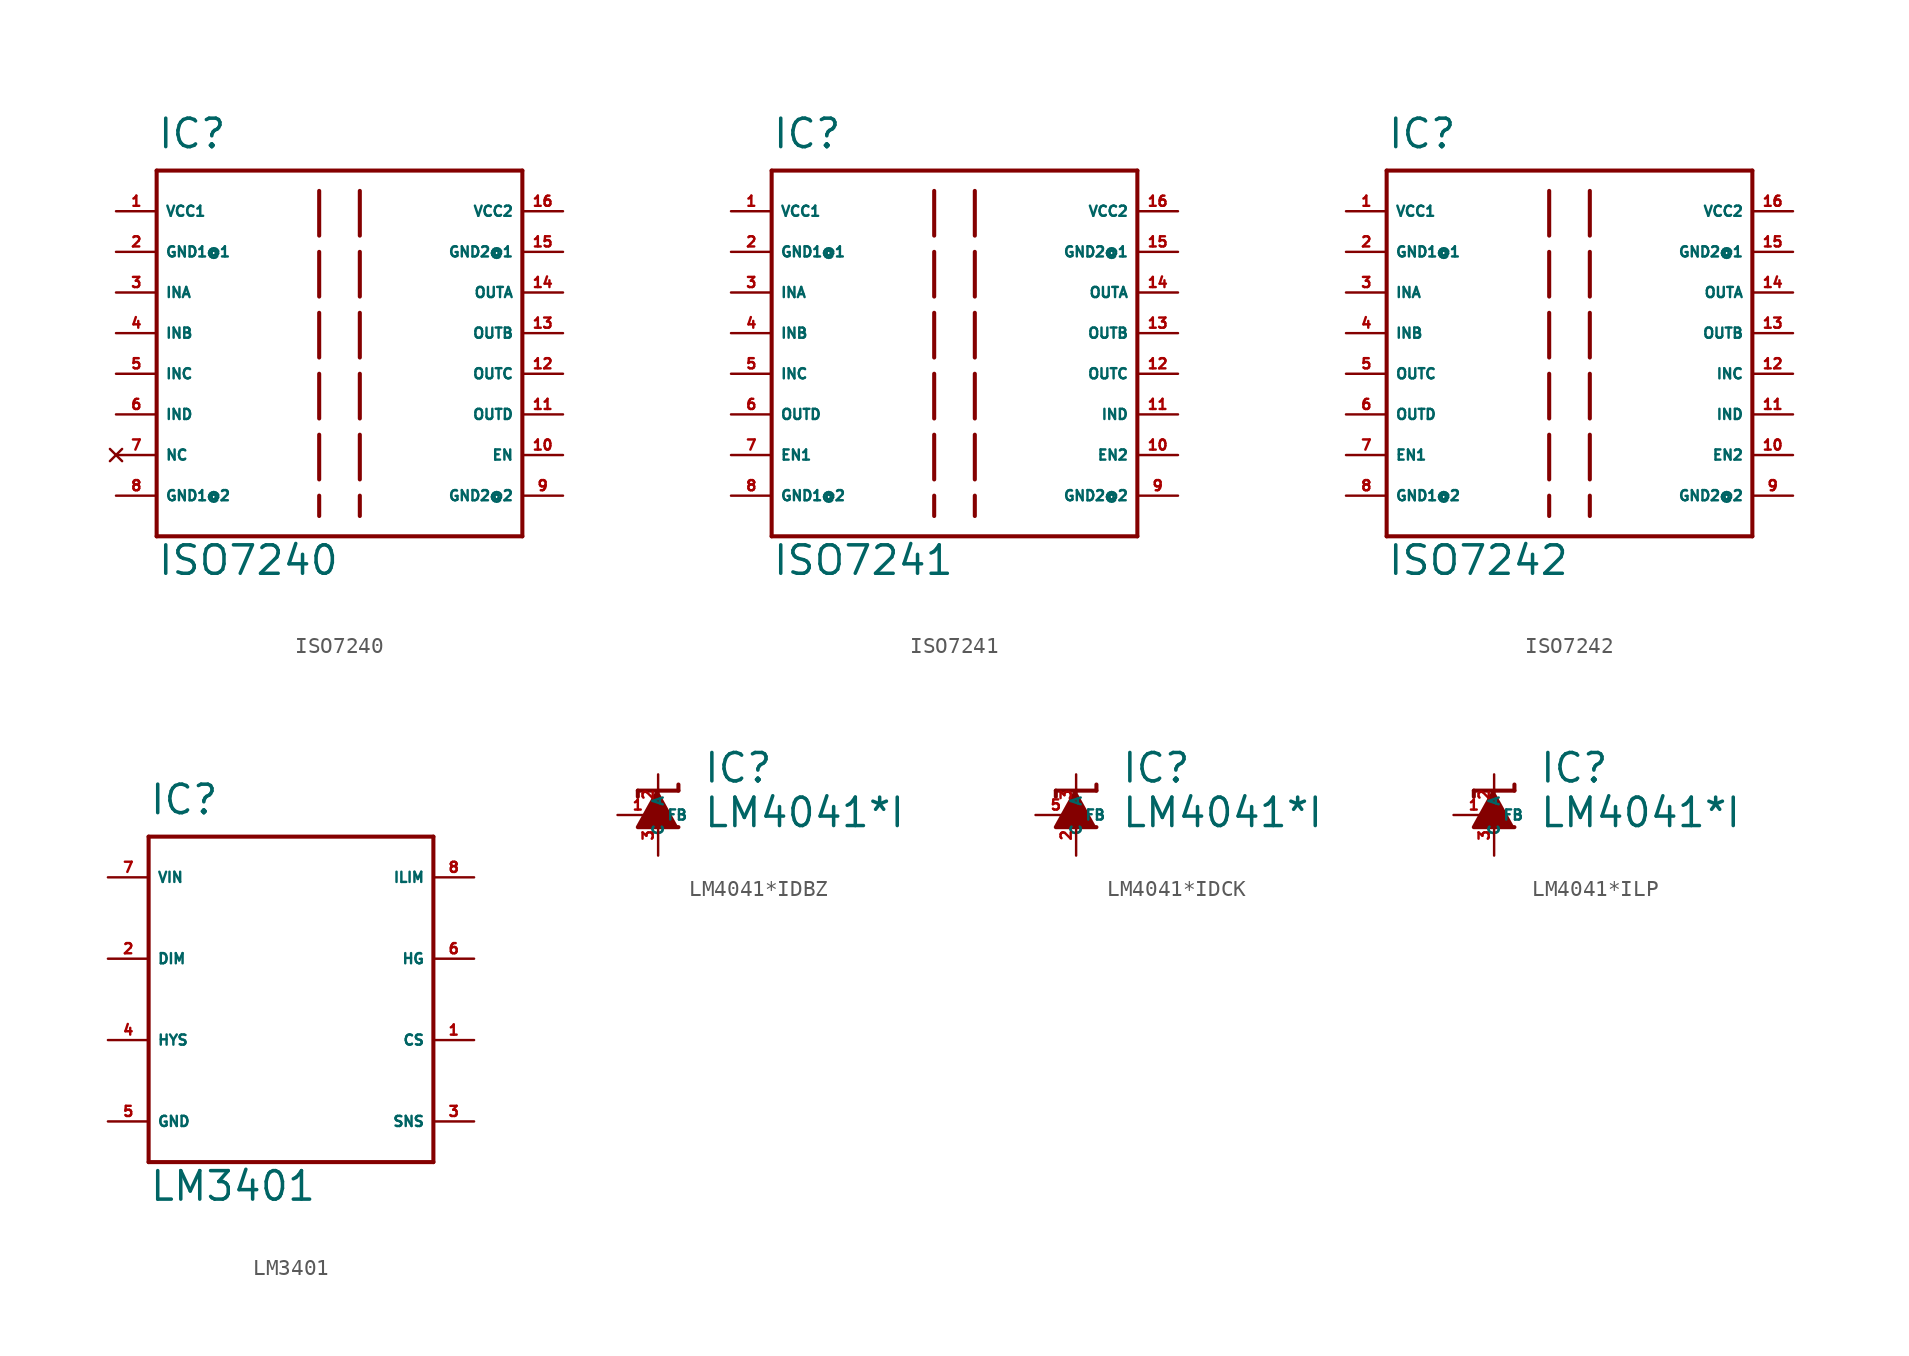
<source format=kicad_sym>
(kicad_symbol_lib
  (version 20220914)
  (generator Eagle2Kicad)
  (symbol "ISO7240"
    (property "Reference" "IC"
      (at -10.16 11.43 0)
      (effects (font (size 1.778 1.778) (thickness 0.22)) (justify left bottom)))
    (property "Value" "ISO7240"
      (at -10.16 -15.24 0)
      (effects (font (size 1.778 1.778) (thickness 0.22)) (justify left bottom)))
    (polyline
      (pts (xy -10.16 10.16) (xy 12.7 10.16))
      (stroke (width 0.254) (type default))
      (fill (type none)))
    (polyline
      (pts (xy 12.7 10.16) (xy 12.7 -12.7))
      (stroke (width 0.254) (type default))
      (fill (type none)))
    (polyline
      (pts (xy 12.7 -12.7) (xy -10.16 -12.7))
      (stroke (width 0.254) (type default))
      (fill (type none)))
    (polyline
      (pts (xy -10.16 -12.7) (xy -10.16 10.16))
      (stroke (width 0.254) (type default))
      (fill (type none)))
    (polyline
      (pts (xy 0 8.89) (xy 0 -11.43))
      (stroke (width 0.254) (type dash))
      (fill (type none)))
    (polyline
      (pts (xy 2.54 8.89) (xy 2.54 -11.43))
      (stroke (width 0.254) (type dash))
      (fill (type none)))
    (pin unspecified line
      (at -12.7 7.62 0)
      (length 2.54)
      (name "VCC1" (effects (font (size 0.635 0.635) (thickness 0.08)) (justify left bottom)))
      (number "1" (effects (font (size 0.635 0.635) (thickness 0.08)) (justify left bottom))))
    (pin unspecified line
      (at 15.24 7.62 180)
      (length 2.54)
      (name "VCC2" (effects (font (size 0.635 0.635) (thickness 0.08)) (justify left bottom)))
      (number "16" (effects (font (size 0.635 0.635) (thickness 0.08)) (justify left bottom))))
    (pin unspecified line
      (at -12.7 5.08 0)
      (length 2.54)
      (name "GND1@1" (effects (font (size 0.635 0.635) (thickness 0.08)) (justify left bottom)))
      (number "2" (effects (font (size 0.635 0.635) (thickness 0.08)) (justify left bottom))))
    (pin unspecified line
      (at -12.7 -10.16 0)
      (length 2.54)
      (name "GND1@2" (effects (font (size 0.635 0.635) (thickness 0.08)) (justify left bottom)))
      (number "8" (effects (font (size 0.635 0.635) (thickness 0.08)) (justify left bottom))))
    (pin unspecified line
      (at 15.24 5.08 180)
      (length 2.54)
      (name "GND2@1" (effects (font (size 0.635 0.635) (thickness 0.08)) (justify left bottom)))
      (number "15" (effects (font (size 0.635 0.635) (thickness 0.08)) (justify left bottom))))
    (pin unspecified line
      (at 15.24 -10.16 180)
      (length 2.54)
      (name "GND2@2" (effects (font (size 0.635 0.635) (thickness 0.08)) (justify left bottom)))
      (number "9" (effects (font (size 0.635 0.635) (thickness 0.08)) (justify left bottom))))
    (pin input line
      (at -12.7 2.54 0)
      (length 2.54)
      (name "INA" (effects (font (size 0.635 0.635) (thickness 0.08)) (justify left bottom)))
      (number "3" (effects (font (size 0.635 0.635) (thickness 0.08)) (justify left bottom))))
    (pin input line
      (at -12.7 0 0)
      (length 2.54)
      (name "INB" (effects (font (size 0.635 0.635) (thickness 0.08)) (justify left bottom)))
      (number "4" (effects (font (size 0.635 0.635) (thickness 0.08)) (justify left bottom))))
    (pin input line
      (at -12.7 -2.54 0)
      (length 2.54)
      (name "INC" (effects (font (size 0.635 0.635) (thickness 0.08)) (justify left bottom)))
      (number "5" (effects (font (size 0.635 0.635) (thickness 0.08)) (justify left bottom))))
    (pin input line
      (at -12.7 -5.08 0)
      (length 2.54)
      (name "IND" (effects (font (size 0.635 0.635) (thickness 0.08)) (justify left bottom)))
      (number "6" (effects (font (size 0.635 0.635) (thickness 0.08)) (justify left bottom))))
    (pin no_connect line
      (at -12.7 -7.62 0)
      (length 2.54)
      (name "NC" (effects (font (size 0.635 0.635) (thickness 0.08)) (justify left bottom) hide))
      (number "7" (effects (font (size 0.635 0.635) (thickness 0.08)) (justify left bottom) hide)))
    (pin input line
      (at 15.24 -7.62 180)
      (length 2.54)
      (name "EN" (effects (font (size 0.635 0.635) (thickness 0.08)) (justify left bottom)))
      (number "10" (effects (font (size 0.635 0.635) (thickness 0.08)) (justify left bottom))))
    (pin output line
      (at 15.24 2.54 180)
      (length 2.54)
      (name "OUTA" (effects (font (size 0.635 0.635) (thickness 0.08)) (justify left bottom)))
      (number "14" (effects (font (size 0.635 0.635) (thickness 0.08)) (justify left bottom))))
    (pin output line
      (at 15.24 0 180)
      (length 2.54)
      (name "OUTB" (effects (font (size 0.635 0.635) (thickness 0.08)) (justify left bottom)))
      (number "13" (effects (font (size 0.635 0.635) (thickness 0.08)) (justify left bottom))))
    (pin output line
      (at 15.24 -2.54 180)
      (length 2.54)
      (name "OUTC" (effects (font (size 0.635 0.635) (thickness 0.08)) (justify left bottom)))
      (number "12" (effects (font (size 0.635 0.635) (thickness 0.08)) (justify left bottom))))
    (pin output line
      (at 15.24 -5.08 180)
      (length 2.54)
      (name "OUTD" (effects (font (size 0.635 0.635) (thickness 0.08)) (justify left bottom)))
      (number "11" (effects (font (size 0.635 0.635) (thickness 0.08)) (justify left bottom)))))
  (symbol "ISO7241"
    (property "Reference" "IC"
      (at -10.16 11.43 0)
      (effects (font (size 1.778 1.778) (thickness 0.22)) (justify left bottom)))
    (property "Value" "ISO7241"
      (at -10.16 -15.24 0)
      (effects (font (size 1.778 1.778) (thickness 0.22)) (justify left bottom)))
    (polyline
      (pts (xy -10.16 10.16) (xy 12.7 10.16))
      (stroke (width 0.254) (type default))
      (fill (type none)))
    (polyline
      (pts (xy 12.7 10.16) (xy 12.7 -12.7))
      (stroke (width 0.254) (type default))
      (fill (type none)))
    (polyline
      (pts (xy 12.7 -12.7) (xy -10.16 -12.7))
      (stroke (width 0.254) (type default))
      (fill (type none)))
    (polyline
      (pts (xy -10.16 -12.7) (xy -10.16 10.16))
      (stroke (width 0.254) (type default))
      (fill (type none)))
    (polyline
      (pts (xy 0 8.89) (xy 0 -11.43))
      (stroke (width 0.254) (type dash))
      (fill (type none)))
    (polyline
      (pts (xy 2.54 8.89) (xy 2.54 -11.43))
      (stroke (width 0.254) (type dash))
      (fill (type none)))
    (pin unspecified line
      (at -12.7 7.62 0)
      (length 2.54)
      (name "VCC1" (effects (font (size 0.635 0.635) (thickness 0.08)) (justify left bottom)))
      (number "1" (effects (font (size 0.635 0.635) (thickness 0.08)) (justify left bottom))))
    (pin unspecified line
      (at 15.24 7.62 180)
      (length 2.54)
      (name "VCC2" (effects (font (size 0.635 0.635) (thickness 0.08)) (justify left bottom)))
      (number "16" (effects (font (size 0.635 0.635) (thickness 0.08)) (justify left bottom))))
    (pin unspecified line
      (at -12.7 5.08 0)
      (length 2.54)
      (name "GND1@1" (effects (font (size 0.635 0.635) (thickness 0.08)) (justify left bottom)))
      (number "2" (effects (font (size 0.635 0.635) (thickness 0.08)) (justify left bottom))))
    (pin unspecified line
      (at -12.7 -10.16 0)
      (length 2.54)
      (name "GND1@2" (effects (font (size 0.635 0.635) (thickness 0.08)) (justify left bottom)))
      (number "8" (effects (font (size 0.635 0.635) (thickness 0.08)) (justify left bottom))))
    (pin unspecified line
      (at 15.24 5.08 180)
      (length 2.54)
      (name "GND2@1" (effects (font (size 0.635 0.635) (thickness 0.08)) (justify left bottom)))
      (number "15" (effects (font (size 0.635 0.635) (thickness 0.08)) (justify left bottom))))
    (pin unspecified line
      (at 15.24 -10.16 180)
      (length 2.54)
      (name "GND2@2" (effects (font (size 0.635 0.635) (thickness 0.08)) (justify left bottom)))
      (number "9" (effects (font (size 0.635 0.635) (thickness 0.08)) (justify left bottom))))
    (pin input line
      (at -12.7 2.54 0)
      (length 2.54)
      (name "INA" (effects (font (size 0.635 0.635) (thickness 0.08)) (justify left bottom)))
      (number "3" (effects (font (size 0.635 0.635) (thickness 0.08)) (justify left bottom))))
    (pin input line
      (at -12.7 0 0)
      (length 2.54)
      (name "INB" (effects (font (size 0.635 0.635) (thickness 0.08)) (justify left bottom)))
      (number "4" (effects (font (size 0.635 0.635) (thickness 0.08)) (justify left bottom))))
    (pin input line
      (at -12.7 -2.54 0)
      (length 2.54)
      (name "INC" (effects (font (size 0.635 0.635) (thickness 0.08)) (justify left bottom)))
      (number "5" (effects (font (size 0.635 0.635) (thickness 0.08)) (justify left bottom))))
    (pin input line
      (at 15.24 -5.08 180)
      (length 2.54)
      (name "IND" (effects (font (size 0.635 0.635) (thickness 0.08)) (justify left bottom)))
      (number "11" (effects (font (size 0.635 0.635) (thickness 0.08)) (justify left bottom))))
    (pin input line
      (at -12.7 -7.62 0)
      (length 2.54)
      (name "EN1" (effects (font (size 0.635 0.635) (thickness 0.08)) (justify left bottom)))
      (number "7" (effects (font (size 0.635 0.635) (thickness 0.08)) (justify left bottom))))
    (pin input line
      (at 15.24 -7.62 180)
      (length 2.54)
      (name "EN2" (effects (font (size 0.635 0.635) (thickness 0.08)) (justify left bottom)))
      (number "10" (effects (font (size 0.635 0.635) (thickness 0.08)) (justify left bottom))))
    (pin output line
      (at 15.24 2.54 180)
      (length 2.54)
      (name "OUTA" (effects (font (size 0.635 0.635) (thickness 0.08)) (justify left bottom)))
      (number "14" (effects (font (size 0.635 0.635) (thickness 0.08)) (justify left bottom))))
    (pin output line
      (at 15.24 0 180)
      (length 2.54)
      (name "OUTB" (effects (font (size 0.635 0.635) (thickness 0.08)) (justify left bottom)))
      (number "13" (effects (font (size 0.635 0.635) (thickness 0.08)) (justify left bottom))))
    (pin output line
      (at 15.24 -2.54 180)
      (length 2.54)
      (name "OUTC" (effects (font (size 0.635 0.635) (thickness 0.08)) (justify left bottom)))
      (number "12" (effects (font (size 0.635 0.635) (thickness 0.08)) (justify left bottom))))
    (pin output line
      (at -12.7 -5.08 0)
      (length 2.54)
      (name "OUTD" (effects (font (size 0.635 0.635) (thickness 0.08)) (justify left bottom)))
      (number "6" (effects (font (size 0.635 0.635) (thickness 0.08)) (justify left bottom)))))
  (symbol "ISO7242"
    (property "Reference" "IC"
      (at -10.16 11.43 0)
      (effects (font (size 1.778 1.778) (thickness 0.22)) (justify left bottom)))
    (property "Value" "ISO7242"
      (at -10.16 -15.24 0)
      (effects (font (size 1.778 1.778) (thickness 0.22)) (justify left bottom)))
    (polyline
      (pts (xy -10.16 10.16) (xy 12.7 10.16))
      (stroke (width 0.254) (type default))
      (fill (type none)))
    (polyline
      (pts (xy 12.7 10.16) (xy 12.7 -12.7))
      (stroke (width 0.254) (type default))
      (fill (type none)))
    (polyline
      (pts (xy 12.7 -12.7) (xy -10.16 -12.7))
      (stroke (width 0.254) (type default))
      (fill (type none)))
    (polyline
      (pts (xy -10.16 -12.7) (xy -10.16 10.16))
      (stroke (width 0.254) (type default))
      (fill (type none)))
    (polyline
      (pts (xy 0 8.89) (xy 0 -11.43))
      (stroke (width 0.254) (type dash))
      (fill (type none)))
    (polyline
      (pts (xy 2.54 8.89) (xy 2.54 -11.43))
      (stroke (width 0.254) (type dash))
      (fill (type none)))
    (pin unspecified line
      (at -12.7 7.62 0)
      (length 2.54)
      (name "VCC1" (effects (font (size 0.635 0.635) (thickness 0.08)) (justify left bottom)))
      (number "1" (effects (font (size 0.635 0.635) (thickness 0.08)) (justify left bottom))))
    (pin unspecified line
      (at 15.24 7.62 180)
      (length 2.54)
      (name "VCC2" (effects (font (size 0.635 0.635) (thickness 0.08)) (justify left bottom)))
      (number "16" (effects (font (size 0.635 0.635) (thickness 0.08)) (justify left bottom))))
    (pin unspecified line
      (at -12.7 5.08 0)
      (length 2.54)
      (name "GND1@1" (effects (font (size 0.635 0.635) (thickness 0.08)) (justify left bottom)))
      (number "2" (effects (font (size 0.635 0.635) (thickness 0.08)) (justify left bottom))))
    (pin unspecified line
      (at -12.7 -10.16 0)
      (length 2.54)
      (name "GND1@2" (effects (font (size 0.635 0.635) (thickness 0.08)) (justify left bottom)))
      (number "8" (effects (font (size 0.635 0.635) (thickness 0.08)) (justify left bottom))))
    (pin unspecified line
      (at 15.24 5.08 180)
      (length 2.54)
      (name "GND2@1" (effects (font (size 0.635 0.635) (thickness 0.08)) (justify left bottom)))
      (number "15" (effects (font (size 0.635 0.635) (thickness 0.08)) (justify left bottom))))
    (pin unspecified line
      (at 15.24 -10.16 180)
      (length 2.54)
      (name "GND2@2" (effects (font (size 0.635 0.635) (thickness 0.08)) (justify left bottom)))
      (number "9" (effects (font (size 0.635 0.635) (thickness 0.08)) (justify left bottom))))
    (pin input line
      (at -12.7 2.54 0)
      (length 2.54)
      (name "INA" (effects (font (size 0.635 0.635) (thickness 0.08)) (justify left bottom)))
      (number "3" (effects (font (size 0.635 0.635) (thickness 0.08)) (justify left bottom))))
    (pin input line
      (at -12.7 0 0)
      (length 2.54)
      (name "INB" (effects (font (size 0.635 0.635) (thickness 0.08)) (justify left bottom)))
      (number "4" (effects (font (size 0.635 0.635) (thickness 0.08)) (justify left bottom))))
    (pin input line
      (at 15.24 -2.54 180)
      (length 2.54)
      (name "INC" (effects (font (size 0.635 0.635) (thickness 0.08)) (justify left bottom)))
      (number "12" (effects (font (size 0.635 0.635) (thickness 0.08)) (justify left bottom))))
    (pin input line
      (at 15.24 -5.08 180)
      (length 2.54)
      (name "IND" (effects (font (size 0.635 0.635) (thickness 0.08)) (justify left bottom)))
      (number "11" (effects (font (size 0.635 0.635) (thickness 0.08)) (justify left bottom))))
    (pin input line
      (at -12.7 -7.62 0)
      (length 2.54)
      (name "EN1" (effects (font (size 0.635 0.635) (thickness 0.08)) (justify left bottom)))
      (number "7" (effects (font (size 0.635 0.635) (thickness 0.08)) (justify left bottom))))
    (pin input line
      (at 15.24 -7.62 180)
      (length 2.54)
      (name "EN2" (effects (font (size 0.635 0.635) (thickness 0.08)) (justify left bottom)))
      (number "10" (effects (font (size 0.635 0.635) (thickness 0.08)) (justify left bottom))))
    (pin output line
      (at 15.24 2.54 180)
      (length 2.54)
      (name "OUTA" (effects (font (size 0.635 0.635) (thickness 0.08)) (justify left bottom)))
      (number "14" (effects (font (size 0.635 0.635) (thickness 0.08)) (justify left bottom))))
    (pin output line
      (at 15.24 0 180)
      (length 2.54)
      (name "OUTB" (effects (font (size 0.635 0.635) (thickness 0.08)) (justify left bottom)))
      (number "13" (effects (font (size 0.635 0.635) (thickness 0.08)) (justify left bottom))))
    (pin output line
      (at -12.7 -2.54 0)
      (length 2.54)
      (name "OUTC" (effects (font (size 0.635 0.635) (thickness 0.08)) (justify left bottom)))
      (number "5" (effects (font (size 0.635 0.635) (thickness 0.08)) (justify left bottom))))
    (pin output line
      (at -12.7 -5.08 0)
      (length 2.54)
      (name "OUTD" (effects (font (size 0.635 0.635) (thickness 0.08)) (justify left bottom)))
      (number "6" (effects (font (size 0.635 0.635) (thickness 0.08)) (justify left bottom)))))
  (symbol "LM3401"
    (property "Reference" "IC"
      (at -7.62 11.43 0)
      (effects (font (size 1.778 1.778) (thickness 0.22)) (justify left bottom)))
    (property "Value" "LM3401"
      (at -7.62 -12.7 0)
      (effects (font (size 1.778 1.778) (thickness 0.22)) (justify left bottom)))
    (polyline
      (pts (xy -7.62 10.16) (xy -7.62 -10.16))
      (stroke (width 0.254) (type default))
      (fill (type none)))
    (polyline
      (pts (xy -7.62 -10.16) (xy 10.16 -10.16))
      (stroke (width 0.254) (type default))
      (fill (type none)))
    (polyline
      (pts (xy 10.16 -10.16) (xy 10.16 10.16))
      (stroke (width 0.254) (type default))
      (fill (type none)))
    (polyline
      (pts (xy 10.16 10.16) (xy -7.62 10.16))
      (stroke (width 0.254) (type default))
      (fill (type none)))
    (pin input line
      (at -10.16 7.62 0)
      (length 2.54)
      (name "VIN" (effects (font (size 0.635 0.635) (thickness 0.08)) (justify left bottom)))
      (number "7" (effects (font (size 0.635 0.635) (thickness 0.08)) (justify left bottom))))
    (pin passive line
      (at -10.16 2.54 0)
      (length 2.54)
      (name "DIM" (effects (font (size 0.635 0.635) (thickness 0.08)) (justify left bottom)))
      (number "2" (effects (font (size 0.635 0.635) (thickness 0.08)) (justify left bottom))))
    (pin input line
      (at -10.16 -2.54 0)
      (length 2.54)
      (name "HYS" (effects (font (size 0.635 0.635) (thickness 0.08)) (justify left bottom)))
      (number "4" (effects (font (size 0.635 0.635) (thickness 0.08)) (justify left bottom))))
    (pin unspecified line
      (at -10.16 -7.62 0)
      (length 2.54)
      (name "GND" (effects (font (size 0.635 0.635) (thickness 0.08)) (justify left bottom)))
      (number "5" (effects (font (size 0.635 0.635) (thickness 0.08)) (justify left bottom))))
    (pin input line
      (at 12.7 -7.62 180)
      (length 2.54)
      (name "SNS" (effects (font (size 0.635 0.635) (thickness 0.08)) (justify left bottom)))
      (number "3" (effects (font (size 0.635 0.635) (thickness 0.08)) (justify left bottom))))
    (pin input line
      (at 12.7 -2.54 180)
      (length 2.54)
      (name "CS" (effects (font (size 0.635 0.635) (thickness 0.08)) (justify left bottom)))
      (number "1" (effects (font (size 0.635 0.635) (thickness 0.08)) (justify left bottom))))
    (pin output line
      (at 12.7 2.54 180)
      (length 2.54)
      (name "HG" (effects (font (size 0.635 0.635) (thickness 0.08)) (justify left bottom)))
      (number "6" (effects (font (size 0.635 0.635) (thickness 0.08)) (justify left bottom))))
    (pin input line
      (at 12.7 7.62 180)
      (length 2.54)
      (name "ILIM" (effects (font (size 0.635 0.635) (thickness 0.08)) (justify left bottom)))
      (number "8" (effects (font (size 0.635 0.635) (thickness 0.08)) (justify left bottom)))))
  (symbol "LM4041*IDBZ"
    (property "Reference" "IC"
      (at 2.794 1.905 0)
      (effects (font (size 1.778 1.778) (thickness 0.22)) (justify left bottom)))
    (property "Value" "LM4041*I"
      (at 2.794 -0.889 0)
      (effects (font (size 1.778 1.778) (thickness 0.22)) (justify left bottom)))
    (polyline
      (pts (xy 0 1.524) (xy -1.27 -0.762) (xy 1.27 -0.762))
      (stroke (width 0.254) (type default))
      (fill (type outline)))
    (polyline
      (pts (xy 1.27 1.905) (xy 1.27 1.524))
      (stroke (width 0.254) (type default))
      (fill (type none)))
    (polyline
      (pts (xy 1.27 1.524) (xy 0 1.524))
      (stroke (width 0.254) (type default))
      (fill (type none)))
    (polyline
      (pts (xy 0 1.524) (xy -1.27 1.524))
      (stroke (width 0.254) (type default))
      (fill (type none)))
    (polyline
      (pts (xy -1.27 1.524) (xy -1.27 1.143))
      (stroke (width 0.254) (type default))
      (fill (type none)))
    (pin passive line
      (at 0 -2.54 90)
      (length 2.54)
      (name "A" (effects (font (size 0.635 0.635) (thickness 0.08)) (justify left bottom)))
      (number "3" (effects (font (size 0.635 0.635) (thickness 0.08)) (justify left bottom))))
    (pin passive line
      (at 0 2.54 270)
      (length 2.54)
      (name "C" (effects (font (size 0.635 0.635) (thickness 0.08)) (justify left bottom)))
      (number "2" (effects (font (size 0.635 0.635) (thickness 0.08)) (justify left bottom))))
    (pin passive line
      (at -2.54 0 0)
      (length 2.54)
      (name "FB" (effects (font (size 0.635 0.635) (thickness 0.08)) (justify left bottom)))
      (number "1" (effects (font (size 0.635 0.635) (thickness 0.08)) (justify left bottom)))))
  (symbol "LM4041*IDCK"
    (property "Reference" "IC"
      (at 2.794 1.905 0)
      (effects (font (size 1.778 1.778) (thickness 0.22)) (justify left bottom)))
    (property "Value" "LM4041*I"
      (at 2.794 -0.889 0)
      (effects (font (size 1.778 1.778) (thickness 0.22)) (justify left bottom)))
    (polyline
      (pts (xy 0 1.524) (xy -1.27 -0.762) (xy 1.27 -0.762))
      (stroke (width 0.254) (type default))
      (fill (type outline)))
    (polyline
      (pts (xy 1.27 1.905) (xy 1.27 1.524))
      (stroke (width 0.254) (type default))
      (fill (type none)))
    (polyline
      (pts (xy 1.27 1.524) (xy 0 1.524))
      (stroke (width 0.254) (type default))
      (fill (type none)))
    (polyline
      (pts (xy 0 1.524) (xy -1.27 1.524))
      (stroke (width 0.254) (type default))
      (fill (type none)))
    (polyline
      (pts (xy -1.27 1.524) (xy -1.27 1.143))
      (stroke (width 0.254) (type default))
      (fill (type none)))
    (pin passive line
      (at 0 -2.54 90)
      (length 2.54)
      (name "A" (effects (font (size 0.635 0.635) (thickness 0.08)) (justify left bottom)))
      (number "2" (effects (font (size 0.635 0.635) (thickness 0.08)) (justify left bottom))))
    (pin passive line
      (at 0 2.54 270)
      (length 2.54)
      (name "C" (effects (font (size 0.635 0.635) (thickness 0.08)) (justify left bottom)))
      (number "3" (effects (font (size 0.635 0.635) (thickness 0.08)) (justify left bottom))))
    (pin passive line
      (at -2.54 0 0)
      (length 2.54)
      (name "FB" (effects (font (size 0.635 0.635) (thickness 0.08)) (justify left bottom)))
      (number "5" (effects (font (size 0.635 0.635) (thickness 0.08)) (justify left bottom)))))
  (symbol "LM4041*ILP"
    (property "Reference" "IC"
      (at 2.794 1.905 0)
      (effects (font (size 1.778 1.778) (thickness 0.22)) (justify left bottom)))
    (property "Value" "LM4041*I"
      (at 2.794 -0.889 0)
      (effects (font (size 1.778 1.778) (thickness 0.22)) (justify left bottom)))
    (polyline
      (pts (xy 0 1.524) (xy -1.27 -0.762) (xy 1.27 -0.762))
      (stroke (width 0.254) (type default))
      (fill (type outline)))
    (polyline
      (pts (xy 1.27 1.905) (xy 1.27 1.524))
      (stroke (width 0.254) (type default))
      (fill (type none)))
    (polyline
      (pts (xy 1.27 1.524) (xy 0 1.524))
      (stroke (width 0.254) (type default))
      (fill (type none)))
    (polyline
      (pts (xy 0 1.524) (xy -1.27 1.524))
      (stroke (width 0.254) (type default))
      (fill (type none)))
    (polyline
      (pts (xy -1.27 1.524) (xy -1.27 1.143))
      (stroke (width 0.254) (type default))
      (fill (type none)))
    (pin passive line
      (at 0 -2.54 90)
      (length 2.54)
      (name "A" (effects (font (size 0.635 0.635) (thickness 0.08)) (justify left bottom)))
      (number "3" (effects (font (size 0.635 0.635) (thickness 0.08)) (justify left bottom))))
    (pin passive line
      (at 0 2.54 270)
      (length 2.54)
      (name "C" (effects (font (size 0.635 0.635) (thickness 0.08)) (justify left bottom)))
      (number "2" (effects (font (size 0.635 0.635) (thickness 0.08)) (justify left bottom))))
    (pin passive line
      (at -2.54 0 0)
      (length 2.54)
      (name "FB" (effects (font (size 0.635 0.635) (thickness 0.08)) (justify left bottom)))
      (number "1" (effects (font (size 0.635 0.635) (thickness 0.08)) (justify left bottom))))))
</source>
